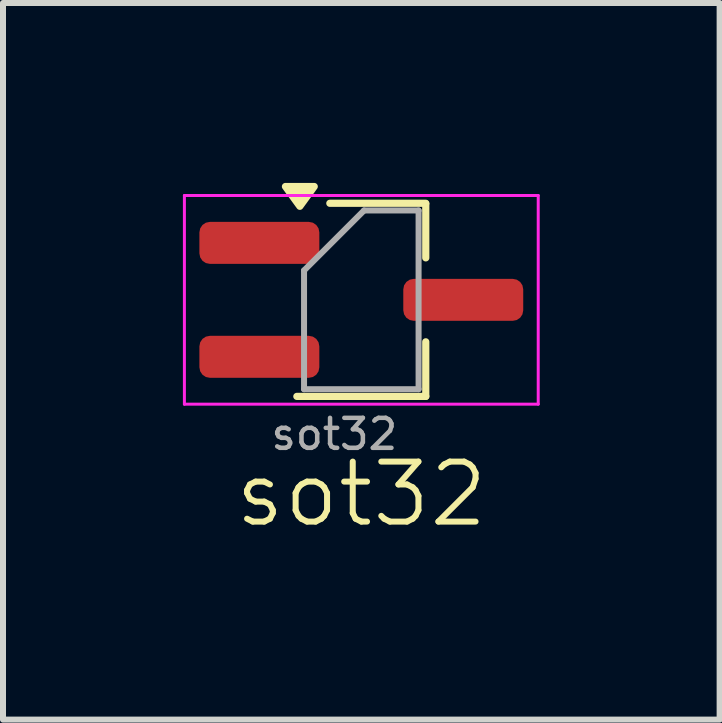
<source format=kicad_pcb>
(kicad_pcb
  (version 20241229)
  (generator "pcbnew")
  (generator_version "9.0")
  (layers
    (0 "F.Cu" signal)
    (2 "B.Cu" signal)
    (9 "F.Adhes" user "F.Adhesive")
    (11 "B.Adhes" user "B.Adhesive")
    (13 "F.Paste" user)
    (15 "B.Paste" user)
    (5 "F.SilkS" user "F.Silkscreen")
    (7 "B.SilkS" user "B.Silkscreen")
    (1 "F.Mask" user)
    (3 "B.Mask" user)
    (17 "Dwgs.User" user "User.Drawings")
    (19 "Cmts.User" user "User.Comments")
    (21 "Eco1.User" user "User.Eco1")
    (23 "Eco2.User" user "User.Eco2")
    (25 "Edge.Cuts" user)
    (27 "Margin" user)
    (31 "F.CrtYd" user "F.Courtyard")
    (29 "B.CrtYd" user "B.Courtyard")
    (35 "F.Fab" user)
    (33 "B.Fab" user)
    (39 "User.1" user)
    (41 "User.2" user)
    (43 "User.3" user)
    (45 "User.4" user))
  (footprint "sot32"
    (layer "F.Cu")
    (at 3.025 2.69)
    (property "Reference" "sot32" (at -0.05 2.5 0) (unlocked yes) (layer "F.SilkS") (effects (font (size 1 1) (thickness 0.1))))
    (attr smd)
    (fp_line (start -1.125 0.87) (end 1.025 0.87) (stroke (width 0.12) (type solid)) (layer "F.SilkS"))
    (fp_line (start -0.575 -2.35) (end 1.025 -2.35) (stroke (width 0.12) (type solid)) (layer "F.SilkS"))
    (fp_line (start 1.025 -2.34) (end 1.025 -1.44) (stroke (width 0.12) (type solid)) (layer "F.SilkS"))
    (fp_line (start 1.025 -0.04) (end 1.025 0.87) (stroke (width 0.12) (type solid)) (layer "F.SilkS"))
    (fp_poly (pts (xy -1.075 -2.3) (xy -1.315 -2.63) (xy -0.835 -2.63) (xy -1.075 -2.3)) (stroke (width 0.12) (type solid)) (fill yes) (layer "F.SilkS"))
    (fp_line (start -3 -2.48) (end 2.9 -2.48) (stroke (width 0.05) (type solid)) (layer "F.CrtYd"))
    (fp_line (start -3 1) (end -3 -2.48) (stroke (width 0.05) (type solid)) (layer "F.CrtYd"))
    (fp_line (start 2.9 -2.48) (end 2.9 1) (stroke (width 0.05) (type solid)) (layer "F.CrtYd"))
    (fp_line (start 2.9 1) (end -3 1) (stroke (width 0.05) (type solid)) (layer "F.CrtYd"))
    (fp_line (start -1.005 -1.23) (end -1.005 0.75) (stroke (width 0.1) (type solid)) (layer "F.Fab"))
    (fp_line (start -1.005 -1.23) (end -0.005 -2.23) (stroke (width 0.1) (type solid)) (layer "F.Fab"))
    (fp_line (start -1.005 0.75) (end 0.905 0.75) (stroke (width 0.1) (type solid)) (layer "F.Fab"))
    (fp_line (start -0.005 -2.23) (end 0.905 -2.23) (stroke (width 0.1) (type solid)) (layer "F.Fab"))
    (fp_line (start 0.905 -2.23) (end 0.905 0.75) (stroke (width 0.1) (type solid)) (layer "F.Fab"))
    (fp_text user "${REFERENCE}" (at -0.5 1.5 180) (layer "F.Fab") (effects (font (size 0.5 0.5) (thickness 0.075))))
    (pad "1" smd roundrect (at 1.65 -0.74) (size 2 0.7) (layers "F.Cu" "F.Mask" "F.Paste") (roundrect_rratio 0.25))
    (pad "2" smd roundrect (at -1.75 -1.69) (size 2 0.7) (layers "F.Cu" "F.Mask" "F.Paste") (roundrect_rratio 0.25))
    (pad "3" smd roundrect (at -1.75 0.21) (size 2 0.7) (layers "F.Cu" "F.Mask" "F.Paste") (roundrect_rratio 0.25)))
  (gr_rect
    (start -3 -3)
    (end 8.95 8.95)
    (stroke (width 0.1) (type default))
    (fill no)
    (layer "Edge.Cuts")))
</source>
